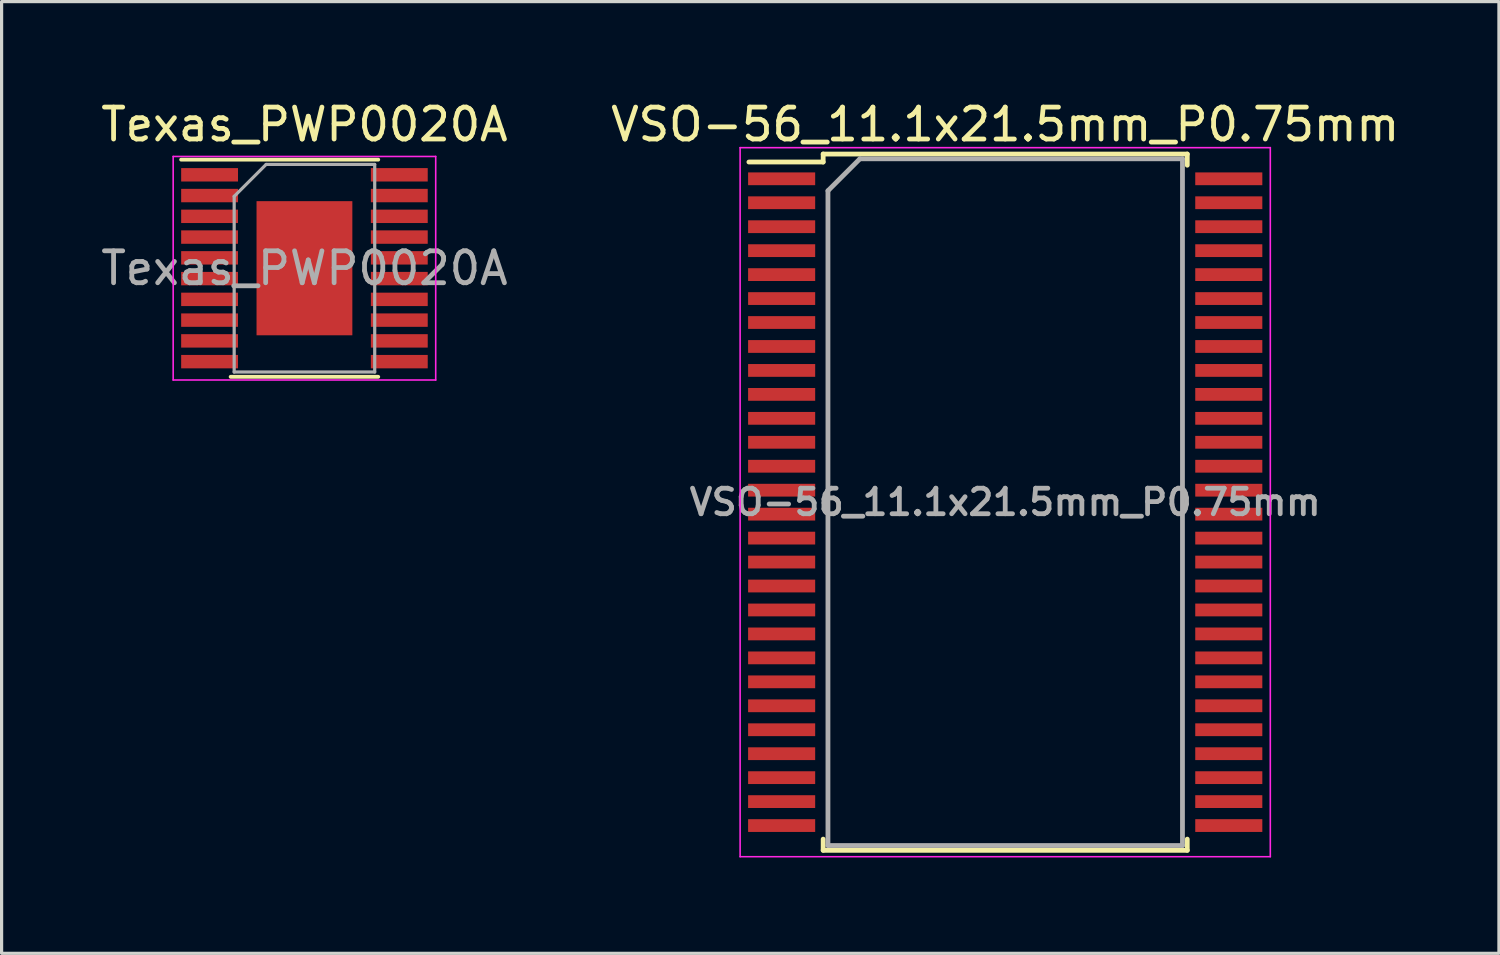
<source format=kicad_pcb>
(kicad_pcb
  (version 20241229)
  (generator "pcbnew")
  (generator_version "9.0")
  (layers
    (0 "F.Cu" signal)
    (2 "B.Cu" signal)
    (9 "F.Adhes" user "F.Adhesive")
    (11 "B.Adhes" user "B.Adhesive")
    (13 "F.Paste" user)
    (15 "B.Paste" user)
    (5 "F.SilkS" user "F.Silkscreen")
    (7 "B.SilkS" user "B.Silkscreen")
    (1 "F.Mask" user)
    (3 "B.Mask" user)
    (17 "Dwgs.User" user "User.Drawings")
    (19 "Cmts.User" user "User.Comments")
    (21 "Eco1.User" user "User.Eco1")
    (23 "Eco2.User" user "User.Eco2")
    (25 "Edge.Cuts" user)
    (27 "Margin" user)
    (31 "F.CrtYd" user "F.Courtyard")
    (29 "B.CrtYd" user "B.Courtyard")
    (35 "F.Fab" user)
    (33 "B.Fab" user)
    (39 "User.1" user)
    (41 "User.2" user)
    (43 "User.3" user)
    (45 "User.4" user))
  (footprint "Texas_PWP0020A"
    (layer "F.Cu")
    (at 6.482 5.348)
    (property "Reference" "Texas_PWP0020A" (at 0 -4.5 0) (layer "F.SilkS") (effects (font (size 1 1) (thickness 0.15))))
    (attr smd)
    (fp_line (start 2.31 -3.4) (end -3.86 -3.4) (stroke (width 0.12) (type solid)) (layer "F.SilkS"))
    (fp_line (start 2.31 3.4) (end -2.31 3.4) (stroke (width 0.12) (type solid)) (layer "F.SilkS"))
    (fp_line (start -4.11 -3.5) (end -4.11 3.5) (stroke (width 0.05) (type solid)) (layer "F.CrtYd"))
    (fp_line (start -4.11 3.5) (end 4.11 3.5) (stroke (width 0.05) (type solid)) (layer "F.CrtYd"))
    (fp_line (start 4.11 -3.5) (end -4.11 -3.5) (stroke (width 0.05) (type solid)) (layer "F.CrtYd"))
    (fp_line (start 4.11 3.5) (end 4.11 -3.5) (stroke (width 0.05) (type solid)) (layer "F.CrtYd"))
    (fp_line (start -2.2 -2.25) (end -2.2 3.25) (stroke (width 0.1) (type solid)) (layer "F.Fab"))
    (fp_line (start -2.2 3.25) (end 2.2 3.25) (stroke (width 0.1) (type solid)) (layer "F.Fab"))
    (fp_line (start -1.2 -3.25) (end -2.2 -2.25) (stroke (width 0.1) (type solid)) (layer "F.Fab"))
    (fp_line (start 2.2 -3.25) (end -1.2 -3.25) (stroke (width 0.1) (type solid)) (layer "F.Fab"))
    (fp_line (start 2.2 3.25) (end 2.2 -3.25) (stroke (width 0.1) (type solid)) (layer "F.Fab"))
    (fp_text user "${REFERENCE}" (at 0 0 0) (layer "F.Fab") (effects (font (size 1 1) (thickness 0.15))))
    (pad "" smd rect (at -0.713 -1.012) (size 1.275 1.875) (layers "F.Paste"))
    (pad "" smd rect (at -0.713 1.012) (size 1.275 1.875) (layers "F.Paste"))
    (pad "" smd rect (at 0.713 -1.012) (size 1.275 1.875) (layers "F.Paste"))
    (pad "" smd rect (at 0.713 1.012) (size 1.275 1.875) (layers "F.Paste"))
    (pad "1" smd rect (at -2.97 -2.925) (size 1.78 0.42) (layers "F.Cu" "F.Mask" "F.Paste"))
    (pad "2" smd rect (at -2.97 -2.275) (size 1.78 0.42) (layers "F.Cu" "F.Mask" "F.Paste"))
    (pad "3" smd rect (at -2.97 -1.625) (size 1.78 0.42) (layers "F.Cu" "F.Mask" "F.Paste"))
    (pad "4" smd rect (at -2.97 -0.975) (size 1.78 0.42) (layers "F.Cu" "F.Mask" "F.Paste"))
    (pad "5" smd rect (at -2.97 -0.325) (size 1.78 0.42) (layers "F.Cu" "F.Mask" "F.Paste"))
    (pad "6" smd rect (at -2.97 0.325) (size 1.78 0.42) (layers "F.Cu" "F.Mask" "F.Paste"))
    (pad "7" smd rect (at -2.97 0.975) (size 1.78 0.42) (layers "F.Cu" "F.Mask" "F.Paste"))
    (pad "8" smd rect (at -2.97 1.625) (size 1.78 0.42) (layers "F.Cu" "F.Mask" "F.Paste"))
    (pad "9" smd rect (at -2.97 2.275) (size 1.78 0.42) (layers "F.Cu" "F.Mask" "F.Paste"))
    (pad "10" smd rect (at -2.97 2.925) (size 1.78 0.42) (layers "F.Cu" "F.Mask" "F.Paste"))
    (pad "11" smd rect (at 2.97 2.925) (size 1.78 0.42) (layers "F.Cu" "F.Mask" "F.Paste"))
    (pad "12" smd rect (at 2.97 2.275) (size 1.78 0.42) (layers "F.Cu" "F.Mask" "F.Paste"))
    (pad "13" smd rect (at 2.97 1.625) (size 1.78 0.42) (layers "F.Cu" "F.Mask" "F.Paste"))
    (pad "14" smd rect (at 2.97 0.975) (size 1.78 0.42) (layers "F.Cu" "F.Mask" "F.Paste"))
    (pad "15" smd rect (at 2.97 0.325) (size 1.78 0.42) (layers "F.Cu" "F.Mask" "F.Paste"))
    (pad "16" smd rect (at 2.97 -0.325) (size 1.78 0.42) (layers "F.Cu" "F.Mask" "F.Paste"))
    (pad "17" smd rect (at 2.97 -0.975) (size 1.78 0.42) (layers "F.Cu" "F.Mask" "F.Paste"))
    (pad "18" smd rect (at 2.97 -1.625) (size 1.78 0.42) (layers "F.Cu" "F.Mask" "F.Paste"))
    (pad "19" smd rect (at 2.97 -2.275) (size 1.78 0.42) (layers "F.Cu" "F.Mask" "F.Paste"))
    (pad "20" smd rect (at 2.97 -2.925) (size 1.78 0.42) (layers "F.Cu" "F.Mask" "F.Paste"))
    (pad "21" smd rect (at 0 0) (size 3 4.2) (layers "F.Cu" "F.Mask")))
  (footprint "VSO-56_11.1x21.5mm_P0.75mm"
    (layer "F.Cu")
    (at 28.423 12.673)
    (property "Reference" "VSO-56_11.1x21.5mm_P0.75mm" (at 0 -11.825 0) (layer "F.SilkS") (effects (font (size 1 1) (thickness 0.15))))
    (attr smd)
    (fp_line (start -5.7 -10.9) (end -5.7 -10.65) (stroke (width 0.15) (type solid)) (layer "F.SilkS"))
    (fp_line (start -5.7 -10.9) (end 5.7 -10.9) (stroke (width 0.15) (type solid)) (layer "F.SilkS"))
    (fp_line (start -5.7 -10.65) (end -8.025 -10.65) (stroke (width 0.15) (type solid)) (layer "F.SilkS"))
    (fp_line (start -5.7 10.9) (end -5.7 10.55) (stroke (width 0.15) (type solid)) (layer "F.SilkS"))
    (fp_line (start -5.7 10.9) (end 5.7 10.9) (stroke (width 0.15) (type solid)) (layer "F.SilkS"))
    (fp_line (start 5.7 -10.9) (end 5.7 -10.55) (stroke (width 0.15) (type solid)) (layer "F.SilkS"))
    (fp_line (start 5.7 10.9) (end 5.7 10.55) (stroke (width 0.15) (type solid)) (layer "F.SilkS"))
    (fp_line (start -8.3 -11.1) (end -8.3 11.1) (stroke (width 0.05) (type solid)) (layer "F.CrtYd"))
    (fp_line (start -8.3 -11.1) (end 8.3 -11.1) (stroke (width 0.05) (type solid)) (layer "F.CrtYd"))
    (fp_line (start -8.3 11.1) (end 8.3 11.1) (stroke (width 0.05) (type solid)) (layer "F.CrtYd"))
    (fp_line (start 8.3 -11.1) (end 8.3 11.1) (stroke (width 0.05) (type solid)) (layer "F.CrtYd"))
    (fp_line (start -5.55 -9.75) (end -4.55 -10.75) (stroke (width 0.15) (type solid)) (layer "F.Fab"))
    (fp_line (start -5.55 10.75) (end -5.55 -9.75) (stroke (width 0.15) (type solid)) (layer "F.Fab"))
    (fp_line (start -4.55 -10.75) (end 5.55 -10.75) (stroke (width 0.15) (type solid)) (layer "F.Fab"))
    (fp_line (start 5.55 -10.75) (end 5.55 10.75) (stroke (width 0.15) (type solid)) (layer "F.Fab"))
    (fp_line (start 5.55 10.75) (end -5.55 10.75) (stroke (width 0.15) (type solid)) (layer "F.Fab"))
    (fp_text user "${REFERENCE}" (at 0 0 0) (layer "F.Fab") (effects (font (size 0.8 0.8) (thickness 0.15))))
    (pad "1" smd rect (at -7 -10.125) (size 2.1 0.4) (layers "F.Cu" "F.Mask" "F.Paste"))
    (pad "2" smd rect (at -7 -9.375) (size 2.1 0.4) (layers "F.Cu" "F.Mask" "F.Paste"))
    (pad "3" smd rect (at -7 -8.625) (size 2.1 0.4) (layers "F.Cu" "F.Mask" "F.Paste"))
    (pad "4" smd rect (at -7 -7.875) (size 2.1 0.4) (layers "F.Cu" "F.Mask" "F.Paste"))
    (pad "5" smd rect (at -7 -7.125) (size 2.1 0.4) (layers "F.Cu" "F.Mask" "F.Paste"))
    (pad "6" smd rect (at -7 -6.375) (size 2.1 0.4) (layers "F.Cu" "F.Mask" "F.Paste"))
    (pad "7" smd rect (at -7 -5.625) (size 2.1 0.4) (layers "F.Cu" "F.Mask" "F.Paste"))
    (pad "8" smd rect (at -7 -4.875) (size 2.1 0.4) (layers "F.Cu" "F.Mask" "F.Paste"))
    (pad "9" smd rect (at -7 -4.125) (size 2.1 0.4) (layers "F.Cu" "F.Mask" "F.Paste"))
    (pad "10" smd rect (at -7 -3.375) (size 2.1 0.4) (layers "F.Cu" "F.Mask" "F.Paste"))
    (pad "11" smd rect (at -7 -2.625) (size 2.1 0.4) (layers "F.Cu" "F.Mask" "F.Paste"))
    (pad "12" smd rect (at -7 -1.875) (size 2.1 0.4) (layers "F.Cu" "F.Mask" "F.Paste"))
    (pad "13" smd rect (at -7 -1.125) (size 2.1 0.4) (layers "F.Cu" "F.Mask" "F.Paste"))
    (pad "14" smd rect (at -7 -0.375) (size 2.1 0.4) (layers "F.Cu" "F.Mask" "F.Paste"))
    (pad "15" smd rect (at -7 0.375) (size 2.1 0.4) (layers "F.Cu" "F.Mask" "F.Paste"))
    (pad "16" smd rect (at -7 1.125) (size 2.1 0.4) (layers "F.Cu" "F.Mask" "F.Paste"))
    (pad "17" smd rect (at -7 1.875) (size 2.1 0.4) (layers "F.Cu" "F.Mask" "F.Paste"))
    (pad "18" smd rect (at -7 2.625) (size 2.1 0.4) (layers "F.Cu" "F.Mask" "F.Paste"))
    (pad "19" smd rect (at -7 3.375) (size 2.1 0.4) (layers "F.Cu" "F.Mask" "F.Paste"))
    (pad "20" smd rect (at -7 4.125) (size 2.1 0.4) (layers "F.Cu" "F.Mask" "F.Paste"))
    (pad "21" smd rect (at -7 4.875) (size 2.1 0.4) (layers "F.Cu" "F.Mask" "F.Paste"))
    (pad "22" smd rect (at -7 5.625) (size 2.1 0.4) (layers "F.Cu" "F.Mask" "F.Paste"))
    (pad "23" smd rect (at -7 6.375) (size 2.1 0.4) (layers "F.Cu" "F.Mask" "F.Paste"))
    (pad "24" smd rect (at -7 7.125) (size 2.1 0.4) (layers "F.Cu" "F.Mask" "F.Paste"))
    (pad "25" smd rect (at -7 7.875) (size 2.1 0.4) (layers "F.Cu" "F.Mask" "F.Paste"))
    (pad "26" smd rect (at -7 8.625) (size 2.1 0.4) (layers "F.Cu" "F.Mask" "F.Paste"))
    (pad "27" smd rect (at -7 9.375) (size 2.1 0.4) (layers "F.Cu" "F.Mask" "F.Paste"))
    (pad "28" smd rect (at -7 10.125) (size 2.1 0.4) (layers "F.Cu" "F.Mask" "F.Paste"))
    (pad "29" smd rect (at 7 10.125) (size 2.1 0.4) (layers "F.Cu" "F.Mask" "F.Paste"))
    (pad "30" smd rect (at 7 9.375) (size 2.1 0.4) (layers "F.Cu" "F.Mask" "F.Paste"))
    (pad "31" smd rect (at 7 8.625) (size 2.1 0.4) (layers "F.Cu" "F.Mask" "F.Paste"))
    (pad "32" smd rect (at 7 7.875) (size 2.1 0.4) (layers "F.Cu" "F.Mask" "F.Paste"))
    (pad "33" smd rect (at 7 7.125) (size 2.1 0.4) (layers "F.Cu" "F.Mask" "F.Paste"))
    (pad "34" smd rect (at 7 6.375) (size 2.1 0.4) (layers "F.Cu" "F.Mask" "F.Paste"))
    (pad "35" smd rect (at 7 5.625) (size 2.1 0.4) (layers "F.Cu" "F.Mask" "F.Paste"))
    (pad "36" smd rect (at 7 4.875) (size 2.1 0.4) (layers "F.Cu" "F.Mask" "F.Paste"))
    (pad "37" smd rect (at 7 4.125) (size 2.1 0.4) (layers "F.Cu" "F.Mask" "F.Paste"))
    (pad "38" smd rect (at 7 3.375) (size 2.1 0.4) (layers "F.Cu" "F.Mask" "F.Paste"))
    (pad "39" smd rect (at 7 2.625) (size 2.1 0.4) (layers "F.Cu" "F.Mask" "F.Paste"))
    (pad "40" smd rect (at 7 1.875) (size 2.1 0.4) (layers "F.Cu" "F.Mask" "F.Paste"))
    (pad "41" smd rect (at 7 1.125) (size 2.1 0.4) (layers "F.Cu" "F.Mask" "F.Paste"))
    (pad "42" smd rect (at 7 0.375) (size 2.1 0.4) (layers "F.Cu" "F.Mask" "F.Paste"))
    (pad "43" smd rect (at 7 -0.375) (size 2.1 0.4) (layers "F.Cu" "F.Mask" "F.Paste"))
    (pad "44" smd rect (at 7 -1.125) (size 2.1 0.4) (layers "F.Cu" "F.Mask" "F.Paste"))
    (pad "45" smd rect (at 7 -1.875) (size 2.1 0.4) (layers "F.Cu" "F.Mask" "F.Paste"))
    (pad "46" smd rect (at 7 -2.625) (size 2.1 0.4) (layers "F.Cu" "F.Mask" "F.Paste"))
    (pad "47" smd rect (at 7 -3.375) (size 2.1 0.4) (layers "F.Cu" "F.Mask" "F.Paste"))
    (pad "48" smd rect (at 7 -4.125) (size 2.1 0.4) (layers "F.Cu" "F.Mask" "F.Paste"))
    (pad "49" smd rect (at 7 -4.875) (size 2.1 0.4) (layers "F.Cu" "F.Mask" "F.Paste"))
    (pad "50" smd rect (at 7 -5.625) (size 2.1 0.4) (layers "F.Cu" "F.Mask" "F.Paste"))
    (pad "51" smd rect (at 7 -6.375) (size 2.1 0.4) (layers "F.Cu" "F.Mask" "F.Paste"))
    (pad "52" smd rect (at 7 -7.125) (size 2.1 0.4) (layers "F.Cu" "F.Mask" "F.Paste"))
    (pad "53" smd rect (at 7 -7.875) (size 2.1 0.4) (layers "F.Cu" "F.Mask" "F.Paste"))
    (pad "54" smd rect (at 7 -8.625) (size 2.1 0.4) (layers "F.Cu" "F.Mask" "F.Paste"))
    (pad "55" smd rect (at 7 -9.375) (size 2.1 0.4) (layers "F.Cu" "F.Mask" "F.Paste"))
    (pad "56" smd rect (at 7 -10.125) (size 2.1 0.4) (layers "F.Cu" "F.Mask" "F.Paste")))
  (gr_rect
    (start -3 -3)
    (end 43.881 26.798)
    (stroke (width 0.1) (type default))
    (fill no)
    (layer "Edge.Cuts")))
</source>
